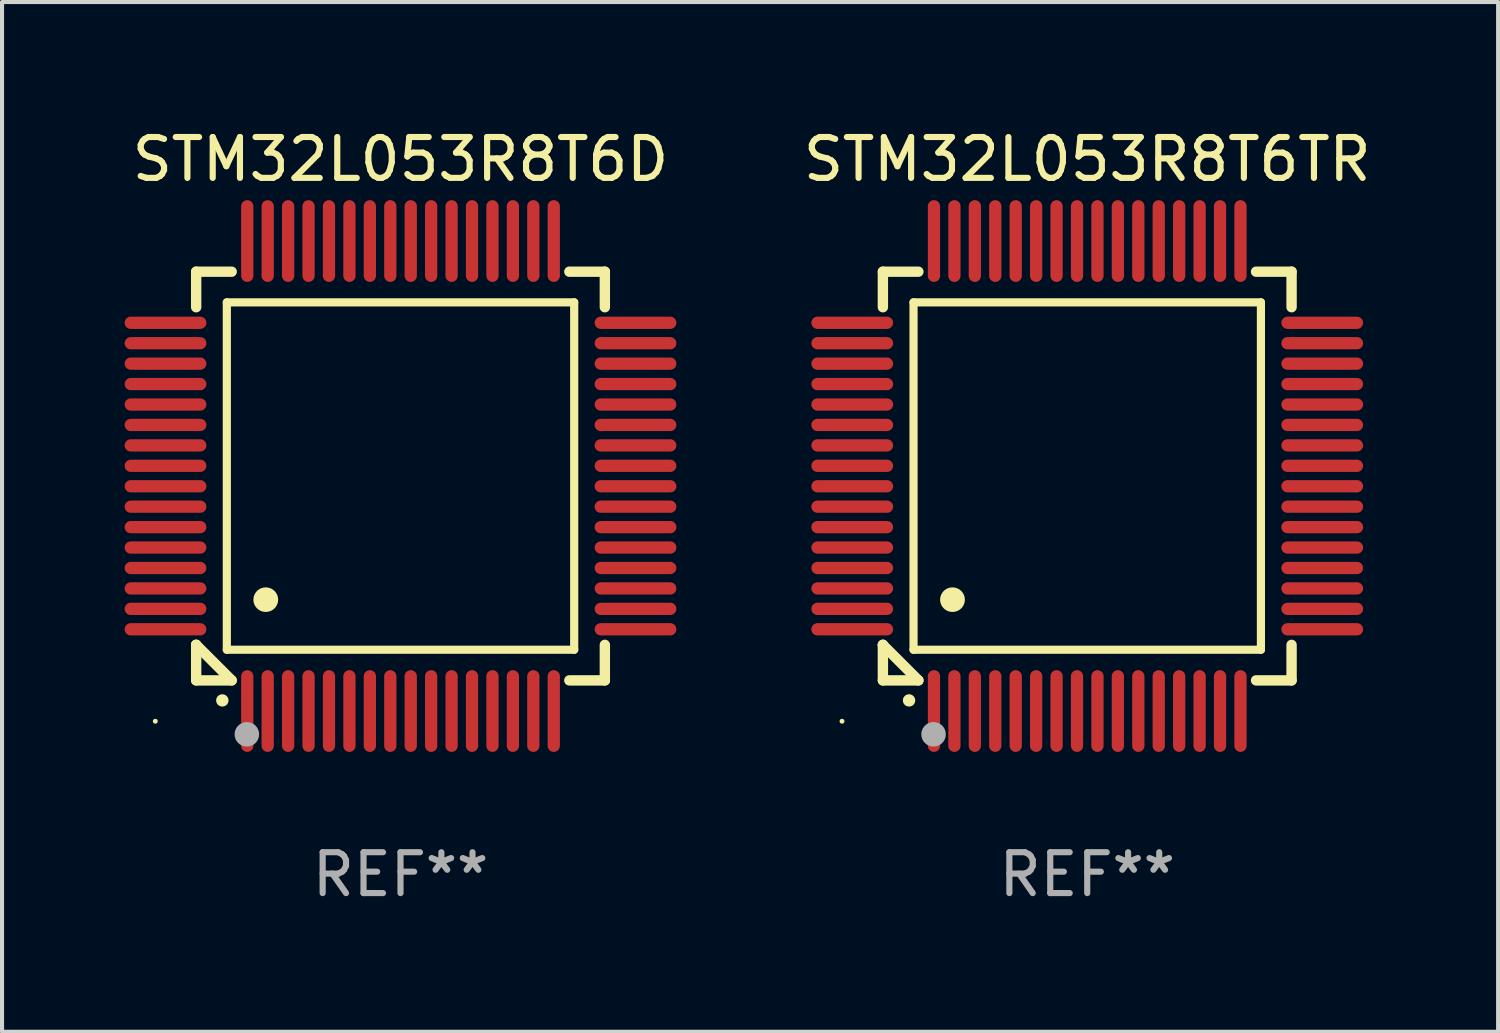
<source format=kicad_pcb>
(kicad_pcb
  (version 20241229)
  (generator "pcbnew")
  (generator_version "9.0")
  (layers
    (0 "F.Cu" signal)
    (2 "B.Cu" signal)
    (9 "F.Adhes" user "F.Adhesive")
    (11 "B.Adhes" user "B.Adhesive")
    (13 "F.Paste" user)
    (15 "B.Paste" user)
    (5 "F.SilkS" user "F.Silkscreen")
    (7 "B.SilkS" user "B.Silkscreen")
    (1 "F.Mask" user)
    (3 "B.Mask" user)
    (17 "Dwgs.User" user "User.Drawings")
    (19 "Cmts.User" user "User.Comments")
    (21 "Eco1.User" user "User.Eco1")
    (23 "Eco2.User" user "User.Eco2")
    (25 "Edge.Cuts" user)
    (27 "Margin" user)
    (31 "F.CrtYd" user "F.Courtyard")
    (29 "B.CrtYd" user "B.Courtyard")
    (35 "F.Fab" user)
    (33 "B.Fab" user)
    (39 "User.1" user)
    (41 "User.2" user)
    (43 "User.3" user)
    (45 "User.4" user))
  (footprint "STM32L053R8T6TR"
    (layer "F.Cu")
    (at 23.553 8.598)
    (property "Reference" "STM32L053R8T6TR" (at 0 -7.75 0) (layer "F.SilkS") (effects (font (size 1 1) (thickness 0.15))))
    (attr through_hole)
    (fp_line (start -5 -5) (end -4.131 -5) (stroke (width 0.254) (type solid)) (layer "F.SilkS"))
    (fp_line (start -5 -4.131) (end -5 -5) (stroke (width 0.254) (type solid)) (layer "F.SilkS"))
    (fp_line (start -5 4.131) (end -5 4.131) (stroke (width 0.254) (type solid)) (layer "F.SilkS"))
    (fp_line (start -5 5) (end -5 4.131) (stroke (width 0.254) (type solid)) (layer "F.SilkS"))
    (fp_line (start -5 4.131) (end -4.131 5) (stroke (width 0.254) (type solid)) (layer "F.SilkS"))
    (fp_line (start -4.25 -4.25) (end -4.25 4.25) (stroke (width 0.2) (type solid)) (layer "F.SilkS"))
    (fp_line (start -4.25 4.25) (end 4.25 4.25) (stroke (width 0.2) (type solid)) (layer "F.SilkS"))
    (fp_line (start -4.131 5) (end -5 5) (stroke (width 0.254) (type solid)) (layer "F.SilkS"))
    (fp_line (start 4.25 -4.25) (end -4.25 -4.25) (stroke (width 0.2) (type solid)) (layer "F.SilkS"))
    (fp_line (start 4.25 4.25) (end 4.25 -4.25) (stroke (width 0.2) (type solid)) (layer "F.SilkS"))
    (fp_line (start 5 -5) (end 4.131 -5) (stroke (width 0.254) (type solid)) (layer "F.SilkS"))
    (fp_line (start 5 -5) (end 5 -4.131) (stroke (width 0.254) (type solid)) (layer "F.SilkS"))
    (fp_line (start 5 4.131) (end 5 5) (stroke (width 0.254) (type solid)) (layer "F.SilkS"))
    (fp_line (start 5 5) (end 4.131 5) (stroke (width 0.254) (type solid)) (layer "F.SilkS"))
    (fp_arc (start -4.361265 5.489992) (mid -4.359995 5.489987) (end -4.358725 5.489992) (stroke (width 0.3) (type solid)) (layer "F.SilkS"))
    (fp_arc (start -3.299467 3.025146) (mid -3.296927 3.025135) (end -3.294387 3.025146) (stroke (width 0.6) (type solid)) (layer "F.SilkS"))
    (fp_circle (center -6 6) (end -5.97 6) (stroke (width 0.06) (type solid)) (fill no) (layer "F.SilkS"))
    (fp_circle (center -3.76 6.32) (end -3.61 6.32) (stroke (width 0.3) (type solid)) (fill no) (layer "F.Fab"))
    (fp_text user "REF**" (at 0 9.75 0) (layer "F.Fab") (effects (font (size 1 1) (thickness 0.15))))
    (pad "1" smd oval (at -3.75 5.75) (size 0.3 2) (layers "F.Cu" "F.Mask" "F.Paste"))
    (pad "2" smd oval (at -3.25 5.75) (size 0.3 2) (layers "F.Cu" "F.Mask" "F.Paste"))
    (pad "3" smd oval (at -2.75 5.75) (size 0.3 2) (layers "F.Cu" "F.Mask" "F.Paste"))
    (pad "4" smd oval (at -2.25 5.75) (size 0.3 2) (layers "F.Cu" "F.Mask" "F.Paste"))
    (pad "5" smd oval (at -1.75 5.75) (size 0.3 2) (layers "F.Cu" "F.Mask" "F.Paste"))
    (pad "6" smd oval (at -1.25 5.75) (size 0.3 2) (layers "F.Cu" "F.Mask" "F.Paste"))
    (pad "7" smd oval (at -0.75 5.75) (size 0.3 2) (layers "F.Cu" "F.Mask" "F.Paste"))
    (pad "8" smd oval (at -0.25 5.75) (size 0.3 2) (layers "F.Cu" "F.Mask" "F.Paste"))
    (pad "9" smd oval (at 0.25 5.75) (size 0.3 2) (layers "F.Cu" "F.Mask" "F.Paste"))
    (pad "10" smd oval (at 0.75 5.75) (size 0.3 2) (layers "F.Cu" "F.Mask" "F.Paste"))
    (pad "11" smd oval (at 1.25 5.75) (size 0.3 2) (layers "F.Cu" "F.Mask" "F.Paste"))
    (pad "12" smd oval (at 1.75 5.75) (size 0.3 2) (layers "F.Cu" "F.Mask" "F.Paste"))
    (pad "13" smd oval (at 2.25 5.75) (size 0.3 2) (layers "F.Cu" "F.Mask" "F.Paste"))
    (pad "14" smd oval (at 2.75 5.75) (size 0.3 2) (layers "F.Cu" "F.Mask" "F.Paste"))
    (pad "15" smd oval (at 3.25 5.75) (size 0.3 2) (layers "F.Cu" "F.Mask" "F.Paste"))
    (pad "16" smd oval (at 3.75 5.75) (size 0.3 2) (layers "F.Cu" "F.Mask" "F.Paste"))
    (pad "17" smd oval (at 5.75 3.75) (size 2 0.3) (layers "F.Cu" "F.Mask" "F.Paste"))
    (pad "18" smd oval (at 5.75 3.25) (size 2 0.3) (layers "F.Cu" "F.Mask" "F.Paste"))
    (pad "19" smd oval (at 5.75 2.75) (size 2 0.3) (layers "F.Cu" "F.Mask" "F.Paste"))
    (pad "20" smd oval (at 5.75 2.25) (size 2 0.3) (layers "F.Cu" "F.Mask" "F.Paste"))
    (pad "21" smd oval (at 5.75 1.75) (size 2 0.3) (layers "F.Cu" "F.Mask" "F.Paste"))
    (pad "22" smd oval (at 5.75 1.25) (size 2 0.3) (layers "F.Cu" "F.Mask" "F.Paste"))
    (pad "23" smd oval (at 5.75 0.75) (size 2 0.3) (layers "F.Cu" "F.Mask" "F.Paste"))
    (pad "24" smd oval (at 5.75 0.25) (size 2 0.3) (layers "F.Cu" "F.Mask" "F.Paste"))
    (pad "25" smd oval (at 5.75 -0.25) (size 2 0.3) (layers "F.Cu" "F.Mask" "F.Paste"))
    (pad "26" smd oval (at 5.75 -0.75) (size 2 0.3) (layers "F.Cu" "F.Mask" "F.Paste"))
    (pad "27" smd oval (at 5.75 -1.25) (size 2 0.3) (layers "F.Cu" "F.Mask" "F.Paste"))
    (pad "28" smd oval (at 5.75 -1.75) (size 2 0.3) (layers "F.Cu" "F.Mask" "F.Paste"))
    (pad "29" smd oval (at 5.75 -2.25) (size 2 0.3) (layers "F.Cu" "F.Mask" "F.Paste"))
    (pad "30" smd oval (at 5.75 -2.75) (size 2 0.3) (layers "F.Cu" "F.Mask" "F.Paste"))
    (pad "31" smd oval (at 5.75 -3.25) (size 2 0.3) (layers "F.Cu" "F.Mask" "F.Paste"))
    (pad "32" smd oval (at 5.75 -3.75) (size 2 0.3) (layers "F.Cu" "F.Mask" "F.Paste"))
    (pad "33" smd oval (at 3.75 -5.75) (size 0.3 2) (layers "F.Cu" "F.Mask" "F.Paste"))
    (pad "34" smd oval (at 3.25 -5.75) (size 0.3 2) (layers "F.Cu" "F.Mask" "F.Paste"))
    (pad "35" smd oval (at 2.75 -5.75) (size 0.3 2) (layers "F.Cu" "F.Mask" "F.Paste"))
    (pad "36" smd oval (at 2.25 -5.75) (size 0.3 2) (layers "F.Cu" "F.Mask" "F.Paste"))
    (pad "37" smd oval (at 1.75 -5.75) (size 0.3 2) (layers "F.Cu" "F.Mask" "F.Paste"))
    (pad "38" smd oval (at 1.25 -5.75) (size 0.3 2) (layers "F.Cu" "F.Mask" "F.Paste"))
    (pad "39" smd oval (at 0.75 -5.75) (size 0.3 2) (layers "F.Cu" "F.Mask" "F.Paste"))
    (pad "40" smd oval (at 0.25 -5.75) (size 0.3 2) (layers "F.Cu" "F.Mask" "F.Paste"))
    (pad "41" smd oval (at -0.25 -5.75) (size 0.3 2) (layers "F.Cu" "F.Mask" "F.Paste"))
    (pad "42" smd oval (at -0.75 -5.75) (size 0.3 2) (layers "F.Cu" "F.Mask" "F.Paste"))
    (pad "43" smd oval (at -1.25 -5.75) (size 0.3 2) (layers "F.Cu" "F.Mask" "F.Paste"))
    (pad "44" smd oval (at -1.75 -5.75) (size 0.3 2) (layers "F.Cu" "F.Mask" "F.Paste"))
    (pad "45" smd oval (at -2.25 -5.75) (size 0.3 2) (layers "F.Cu" "F.Mask" "F.Paste"))
    (pad "46" smd oval (at -2.75 -5.75) (size 0.3 2) (layers "F.Cu" "F.Mask" "F.Paste"))
    (pad "47" smd oval (at -3.25 -5.75) (size 0.3 2) (layers "F.Cu" "F.Mask" "F.Paste"))
    (pad "48" smd oval (at -3.75 -5.75) (size 0.3 2) (layers "F.Cu" "F.Mask" "F.Paste"))
    (pad "49" smd oval (at -5.75 -3.75) (size 2 0.3) (layers "F.Cu" "F.Mask" "F.Paste"))
    (pad "50" smd oval (at -5.75 -3.25) (size 2 0.3) (layers "F.Cu" "F.Mask" "F.Paste"))
    (pad "51" smd oval (at -5.75 -2.75) (size 2 0.3) (layers "F.Cu" "F.Mask" "F.Paste"))
    (pad "52" smd oval (at -5.75 -2.25) (size 2 0.3) (layers "F.Cu" "F.Mask" "F.Paste"))
    (pad "53" smd oval (at -5.75 -1.75) (size 2 0.3) (layers "F.Cu" "F.Mask" "F.Paste"))
    (pad "54" smd oval (at -5.75 -1.25) (size 2 0.3) (layers "F.Cu" "F.Mask" "F.Paste"))
    (pad "55" smd oval (at -5.75 -0.75) (size 2 0.3) (layers "F.Cu" "F.Mask" "F.Paste"))
    (pad "56" smd oval (at -5.75 -0.25) (size 2 0.3) (layers "F.Cu" "F.Mask" "F.Paste"))
    (pad "57" smd oval (at -5.75 0.25) (size 2 0.3) (layers "F.Cu" "F.Mask" "F.Paste"))
    (pad "58" smd oval (at -5.75 0.75) (size 2 0.3) (layers "F.Cu" "F.Mask" "F.Paste"))
    (pad "59" smd oval (at -5.75 1.25) (size 2 0.3) (layers "F.Cu" "F.Mask" "F.Paste"))
    (pad "60" smd oval (at -5.75 1.75) (size 2 0.3) (layers "F.Cu" "F.Mask" "F.Paste"))
    (pad "61" smd oval (at -5.75 2.25) (size 2 0.3) (layers "F.Cu" "F.Mask" "F.Paste"))
    (pad "62" smd oval (at -5.75 2.75) (size 2 0.3) (layers "F.Cu" "F.Mask" "F.Paste"))
    (pad "63" smd oval (at -5.75 3.25) (size 2 0.3) (layers "F.Cu" "F.Mask" "F.Paste"))
    (pad "64" smd oval (at -5.75 3.75) (size 2 0.3) (layers "F.Cu" "F.Mask" "F.Paste")))
  (footprint "STM32L053R8T6D"
    (layer "F.Cu")
    (at 6.75 8.598)
    (property "Reference" "STM32L053R8T6D" (at 0 -7.75 0) (layer "F.SilkS") (effects (font (size 1 1) (thickness 0.15))))
    (attr through_hole)
    (fp_line (start -5 -5) (end -4.131 -5) (stroke (width 0.254) (type solid)) (layer "F.SilkS"))
    (fp_line (start -5 -4.131) (end -5 -5) (stroke (width 0.254) (type solid)) (layer "F.SilkS"))
    (fp_line (start -5 4.131) (end -5 4.131) (stroke (width 0.254) (type solid)) (layer "F.SilkS"))
    (fp_line (start -5 5) (end -5 4.131) (stroke (width 0.254) (type solid)) (layer "F.SilkS"))
    (fp_line (start -5 4.131) (end -4.131 5) (stroke (width 0.254) (type solid)) (layer "F.SilkS"))
    (fp_line (start -4.25 -4.25) (end -4.25 4.25) (stroke (width 0.2) (type solid)) (layer "F.SilkS"))
    (fp_line (start -4.25 4.25) (end 4.25 4.25) (stroke (width 0.2) (type solid)) (layer "F.SilkS"))
    (fp_line (start -4.131 5) (end -5 5) (stroke (width 0.254) (type solid)) (layer "F.SilkS"))
    (fp_line (start 4.25 -4.25) (end -4.25 -4.25) (stroke (width 0.2) (type solid)) (layer "F.SilkS"))
    (fp_line (start 4.25 4.25) (end 4.25 -4.25) (stroke (width 0.2) (type solid)) (layer "F.SilkS"))
    (fp_line (start 5 -5) (end 4.131 -5) (stroke (width 0.254) (type solid)) (layer "F.SilkS"))
    (fp_line (start 5 -5) (end 5 -4.131) (stroke (width 0.254) (type solid)) (layer "F.SilkS"))
    (fp_line (start 5 4.131) (end 5 5) (stroke (width 0.254) (type solid)) (layer "F.SilkS"))
    (fp_line (start 5 5) (end 4.131 5) (stroke (width 0.254) (type solid)) (layer "F.SilkS"))
    (fp_arc (start -4.361265 5.489992) (mid -4.359995 5.489987) (end -4.358725 5.489992) (stroke (width 0.3) (type solid)) (layer "F.SilkS"))
    (fp_arc (start -3.299467 3.025146) (mid -3.296927 3.025135) (end -3.294387 3.025146) (stroke (width 0.6) (type solid)) (layer "F.SilkS"))
    (fp_circle (center -6 6) (end -5.97 6) (stroke (width 0.06) (type solid)) (fill no) (layer "F.SilkS"))
    (fp_circle (center -3.76 6.32) (end -3.61 6.32) (stroke (width 0.3) (type solid)) (fill no) (layer "F.Fab"))
    (fp_text user "REF**" (at 0 9.75 0) (layer "F.Fab") (effects (font (size 1 1) (thickness 0.15))))
    (pad "1" smd oval (at -3.75 5.75) (size 0.3 2) (layers "F.Cu" "F.Mask" "F.Paste"))
    (pad "2" smd oval (at -3.25 5.75) (size 0.3 2) (layers "F.Cu" "F.Mask" "F.Paste"))
    (pad "3" smd oval (at -2.75 5.75) (size 0.3 2) (layers "F.Cu" "F.Mask" "F.Paste"))
    (pad "4" smd oval (at -2.25 5.75) (size 0.3 2) (layers "F.Cu" "F.Mask" "F.Paste"))
    (pad "5" smd oval (at -1.75 5.75) (size 0.3 2) (layers "F.Cu" "F.Mask" "F.Paste"))
    (pad "6" smd oval (at -1.25 5.75) (size 0.3 2) (layers "F.Cu" "F.Mask" "F.Paste"))
    (pad "7" smd oval (at -0.75 5.75) (size 0.3 2) (layers "F.Cu" "F.Mask" "F.Paste"))
    (pad "8" smd oval (at -0.25 5.75) (size 0.3 2) (layers "F.Cu" "F.Mask" "F.Paste"))
    (pad "9" smd oval (at 0.25 5.75) (size 0.3 2) (layers "F.Cu" "F.Mask" "F.Paste"))
    (pad "10" smd oval (at 0.75 5.75) (size 0.3 2) (layers "F.Cu" "F.Mask" "F.Paste"))
    (pad "11" smd oval (at 1.25 5.75) (size 0.3 2) (layers "F.Cu" "F.Mask" "F.Paste"))
    (pad "12" smd oval (at 1.75 5.75) (size 0.3 2) (layers "F.Cu" "F.Mask" "F.Paste"))
    (pad "13" smd oval (at 2.25 5.75) (size 0.3 2) (layers "F.Cu" "F.Mask" "F.Paste"))
    (pad "14" smd oval (at 2.75 5.75) (size 0.3 2) (layers "F.Cu" "F.Mask" "F.Paste"))
    (pad "15" smd oval (at 3.25 5.75) (size 0.3 2) (layers "F.Cu" "F.Mask" "F.Paste"))
    (pad "16" smd oval (at 3.75 5.75) (size 0.3 2) (layers "F.Cu" "F.Mask" "F.Paste"))
    (pad "17" smd oval (at 5.75 3.75) (size 2 0.3) (layers "F.Cu" "F.Mask" "F.Paste"))
    (pad "18" smd oval (at 5.75 3.25) (size 2 0.3) (layers "F.Cu" "F.Mask" "F.Paste"))
    (pad "19" smd oval (at 5.75 2.75) (size 2 0.3) (layers "F.Cu" "F.Mask" "F.Paste"))
    (pad "20" smd oval (at 5.75 2.25) (size 2 0.3) (layers "F.Cu" "F.Mask" "F.Paste"))
    (pad "21" smd oval (at 5.75 1.75) (size 2 0.3) (layers "F.Cu" "F.Mask" "F.Paste"))
    (pad "22" smd oval (at 5.75 1.25) (size 2 0.3) (layers "F.Cu" "F.Mask" "F.Paste"))
    (pad "23" smd oval (at 5.75 0.75) (size 2 0.3) (layers "F.Cu" "F.Mask" "F.Paste"))
    (pad "24" smd oval (at 5.75 0.25) (size 2 0.3) (layers "F.Cu" "F.Mask" "F.Paste"))
    (pad "25" smd oval (at 5.75 -0.25) (size 2 0.3) (layers "F.Cu" "F.Mask" "F.Paste"))
    (pad "26" smd oval (at 5.75 -0.75) (size 2 0.3) (layers "F.Cu" "F.Mask" "F.Paste"))
    (pad "27" smd oval (at 5.75 -1.25) (size 2 0.3) (layers "F.Cu" "F.Mask" "F.Paste"))
    (pad "28" smd oval (at 5.75 -1.75) (size 2 0.3) (layers "F.Cu" "F.Mask" "F.Paste"))
    (pad "29" smd oval (at 5.75 -2.25) (size 2 0.3) (layers "F.Cu" "F.Mask" "F.Paste"))
    (pad "30" smd oval (at 5.75 -2.75) (size 2 0.3) (layers "F.Cu" "F.Mask" "F.Paste"))
    (pad "31" smd oval (at 5.75 -3.25) (size 2 0.3) (layers "F.Cu" "F.Mask" "F.Paste"))
    (pad "32" smd oval (at 5.75 -3.75) (size 2 0.3) (layers "F.Cu" "F.Mask" "F.Paste"))
    (pad "33" smd oval (at 3.75 -5.75) (size 0.3 2) (layers "F.Cu" "F.Mask" "F.Paste"))
    (pad "34" smd oval (at 3.25 -5.75) (size 0.3 2) (layers "F.Cu" "F.Mask" "F.Paste"))
    (pad "35" smd oval (at 2.75 -5.75) (size 0.3 2) (layers "F.Cu" "F.Mask" "F.Paste"))
    (pad "36" smd oval (at 2.25 -5.75) (size 0.3 2) (layers "F.Cu" "F.Mask" "F.Paste"))
    (pad "37" smd oval (at 1.75 -5.75) (size 0.3 2) (layers "F.Cu" "F.Mask" "F.Paste"))
    (pad "38" smd oval (at 1.25 -5.75) (size 0.3 2) (layers "F.Cu" "F.Mask" "F.Paste"))
    (pad "39" smd oval (at 0.75 -5.75) (size 0.3 2) (layers "F.Cu" "F.Mask" "F.Paste"))
    (pad "40" smd oval (at 0.25 -5.75) (size 0.3 2) (layers "F.Cu" "F.Mask" "F.Paste"))
    (pad "41" smd oval (at -0.25 -5.75) (size 0.3 2) (layers "F.Cu" "F.Mask" "F.Paste"))
    (pad "42" smd oval (at -0.75 -5.75) (size 0.3 2) (layers "F.Cu" "F.Mask" "F.Paste"))
    (pad "43" smd oval (at -1.25 -5.75) (size 0.3 2) (layers "F.Cu" "F.Mask" "F.Paste"))
    (pad "44" smd oval (at -1.75 -5.75) (size 0.3 2) (layers "F.Cu" "F.Mask" "F.Paste"))
    (pad "45" smd oval (at -2.25 -5.75) (size 0.3 2) (layers "F.Cu" "F.Mask" "F.Paste"))
    (pad "46" smd oval (at -2.75 -5.75) (size 0.3 2) (layers "F.Cu" "F.Mask" "F.Paste"))
    (pad "47" smd oval (at -3.25 -5.75) (size 0.3 2) (layers "F.Cu" "F.Mask" "F.Paste"))
    (pad "48" smd oval (at -3.75 -5.75) (size 0.3 2) (layers "F.Cu" "F.Mask" "F.Paste"))
    (pad "49" smd oval (at -5.75 -3.75) (size 2 0.3) (layers "F.Cu" "F.Mask" "F.Paste"))
    (pad "50" smd oval (at -5.75 -3.25) (size 2 0.3) (layers "F.Cu" "F.Mask" "F.Paste"))
    (pad "51" smd oval (at -5.75 -2.75) (size 2 0.3) (layers "F.Cu" "F.Mask" "F.Paste"))
    (pad "52" smd oval (at -5.75 -2.25) (size 2 0.3) (layers "F.Cu" "F.Mask" "F.Paste"))
    (pad "53" smd oval (at -5.75 -1.75) (size 2 0.3) (layers "F.Cu" "F.Mask" "F.Paste"))
    (pad "54" smd oval (at -5.75 -1.25) (size 2 0.3) (layers "F.Cu" "F.Mask" "F.Paste"))
    (pad "55" smd oval (at -5.75 -0.75) (size 2 0.3) (layers "F.Cu" "F.Mask" "F.Paste"))
    (pad "56" smd oval (at -5.75 -0.25) (size 2 0.3) (layers "F.Cu" "F.Mask" "F.Paste"))
    (pad "57" smd oval (at -5.75 0.25) (size 2 0.3) (layers "F.Cu" "F.Mask" "F.Paste"))
    (pad "58" smd oval (at -5.75 0.75) (size 2 0.3) (layers "F.Cu" "F.Mask" "F.Paste"))
    (pad "59" smd oval (at -5.75 1.25) (size 2 0.3) (layers "F.Cu" "F.Mask" "F.Paste"))
    (pad "60" smd oval (at -5.75 1.75) (size 2 0.3) (layers "F.Cu" "F.Mask" "F.Paste"))
    (pad "61" smd oval (at -5.75 2.25) (size 2 0.3) (layers "F.Cu" "F.Mask" "F.Paste"))
    (pad "62" smd oval (at -5.75 2.75) (size 2 0.3) (layers "F.Cu" "F.Mask" "F.Paste"))
    (pad "63" smd oval (at -5.75 3.25) (size 2 0.3) (layers "F.Cu" "F.Mask" "F.Paste"))
    (pad "64" smd oval (at -5.75 3.75) (size 2 0.3) (layers "F.Cu" "F.Mask" "F.Paste")))
  (gr_rect
    (start -3 -3)
    (end 33.607 22.196)
    (stroke (width 0.1) (type default))
    (fill no)
    (layer "Edge.Cuts")))
</source>
